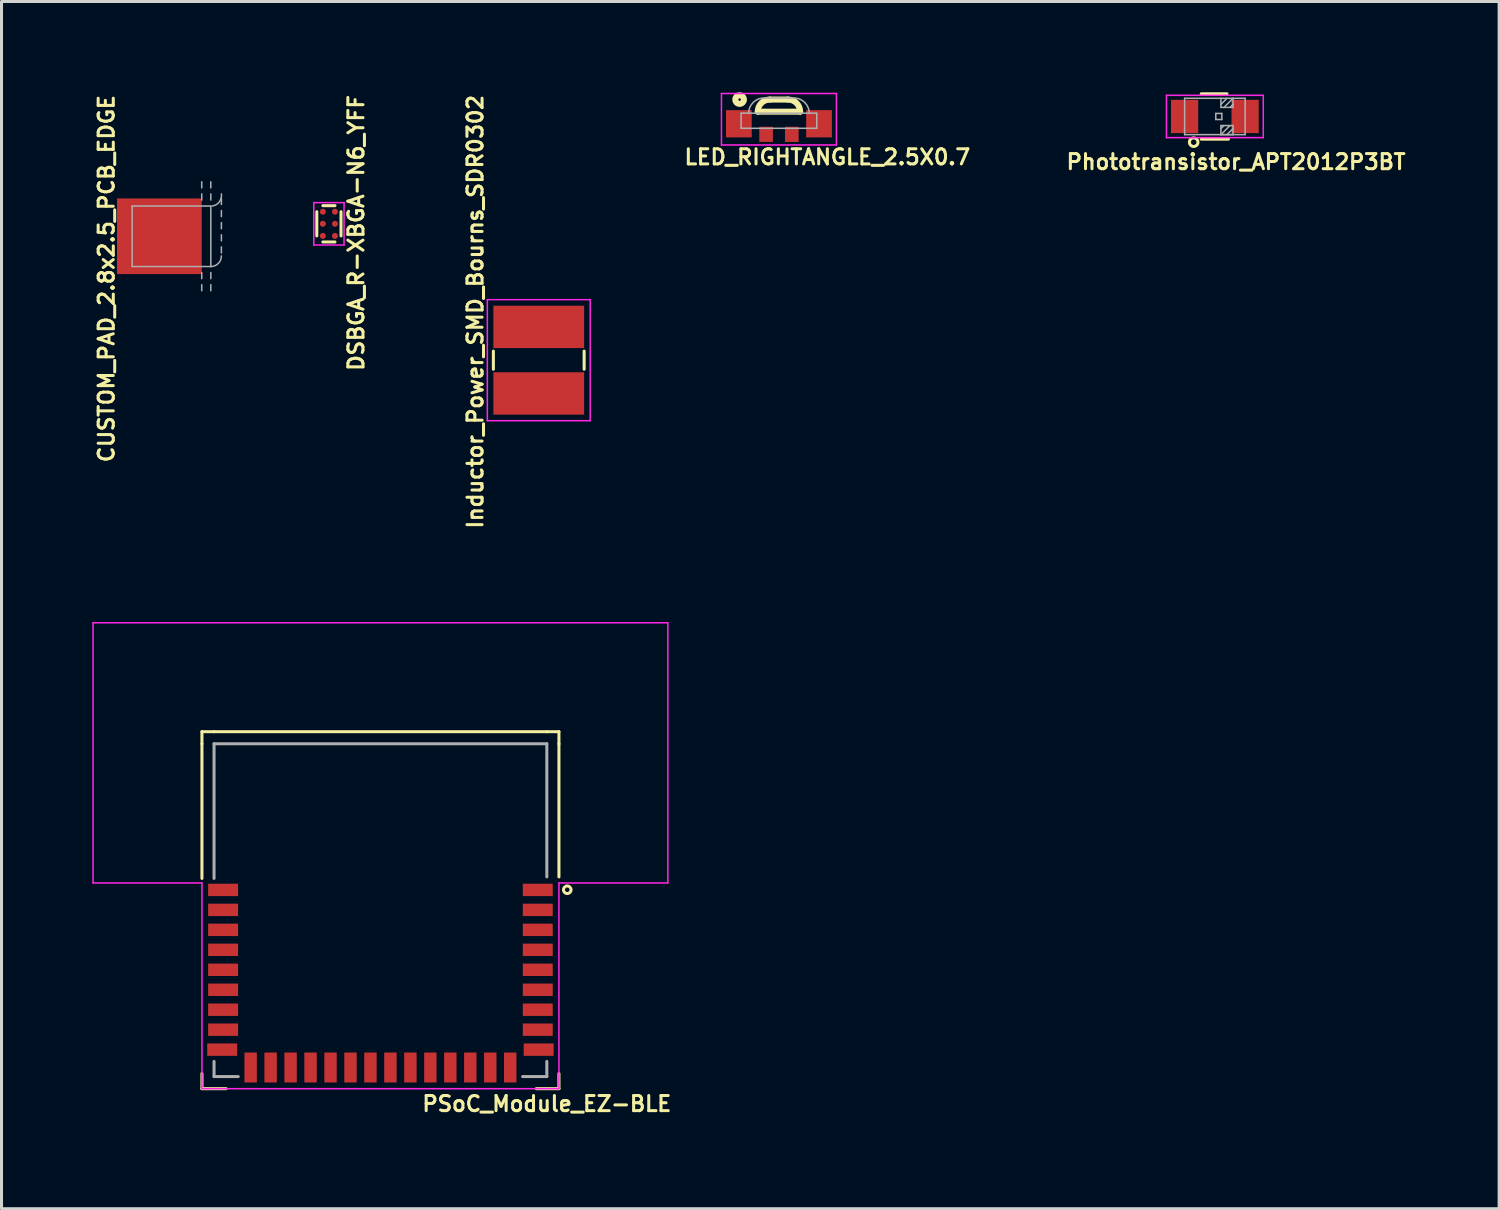
<source format=kicad_pcb>
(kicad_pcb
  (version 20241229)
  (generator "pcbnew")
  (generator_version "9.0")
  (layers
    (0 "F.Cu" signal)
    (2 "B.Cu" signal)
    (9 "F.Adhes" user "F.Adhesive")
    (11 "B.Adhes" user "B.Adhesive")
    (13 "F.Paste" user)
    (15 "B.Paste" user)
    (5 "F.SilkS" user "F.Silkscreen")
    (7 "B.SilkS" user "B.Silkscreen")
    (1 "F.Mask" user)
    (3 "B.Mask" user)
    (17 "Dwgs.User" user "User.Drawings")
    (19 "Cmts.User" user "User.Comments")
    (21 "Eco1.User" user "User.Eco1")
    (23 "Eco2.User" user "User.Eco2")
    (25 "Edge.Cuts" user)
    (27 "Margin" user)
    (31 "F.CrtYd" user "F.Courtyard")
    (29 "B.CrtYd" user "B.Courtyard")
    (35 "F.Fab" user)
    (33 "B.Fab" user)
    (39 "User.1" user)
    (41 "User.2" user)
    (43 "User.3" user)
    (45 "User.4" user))
  (footprint "Phototransistor_APT2012P3BT"
    (layer "F.Cu")
    (at 37.106 0.8)
    (property "Reference" "Phototransistor_APT2012P3BT" (at 0.7 1.5 180) (layer "F.SilkS") (effects (font (size 0.5 0.5) (thickness 0.1))))
    (attr through_hole)
    (fp_line (start -0.45 -0.75) (end 0.4 -0.75) (stroke (width 0.1) (type solid)) (layer "F.SilkS"))
    (fp_line (start -0.45 0.75) (end 0.45 0.75) (stroke (width 0.1) (type solid)) (layer "F.SilkS"))
    (fp_circle (center -0.7 0.85) (end -0.6 0.95) (stroke (width 0.1) (type solid)) (fill no) (layer "F.SilkS"))
    (fp_line (start -1.6 -0.7) (end 1.6 -0.7) (stroke (width 0.05) (type solid)) (layer "F.CrtYd"))
    (fp_line (start -1.6 0.7) (end -1.6 -0.7) (stroke (width 0.05) (type solid)) (layer "F.CrtYd"))
    (fp_line (start 1.6 -0.7) (end 1.6 0.7) (stroke (width 0.05) (type solid)) (layer "F.CrtYd"))
    (fp_line (start 1.6 0.7) (end -1.6 0.7) (stroke (width 0.05) (type solid)) (layer "F.CrtYd"))
    (fp_line (start -1 -0.6) (end -1 0.6) (stroke (width 0.05) (type solid)) (layer "F.Fab"))
    (fp_line (start -1 0.6) (end 1 0.6) (stroke (width 0.05) (type solid)) (layer "F.Fab"))
    (fp_line (start 0.03 -0.1) (end 0.23 -0.1) (stroke (width 0.05) (type solid)) (layer "F.Fab"))
    (fp_line (start 0.03 0.1) (end 0.03 -0.1) (stroke (width 0.05) (type solid)) (layer "F.Fab"))
    (fp_line (start 0.2 -0.6) (end 0.2 -0.3) (stroke (width 0.05) (type solid)) (layer "F.Fab"))
    (fp_line (start 0.2 -0.4) (end 0.4 -0.6) (stroke (width 0.05) (type solid)) (layer "F.Fab"))
    (fp_line (start 0.2 -0.3) (end 0.6 -0.3) (stroke (width 0.05) (type solid)) (layer "F.Fab"))
    (fp_line (start 0.2 0.3) (end 0.2 0.6) (stroke (width 0.05) (type solid)) (layer "F.Fab"))
    (fp_line (start 0.2 0.4) (end 0.3 0.3) (stroke (width 0.05) (type solid)) (layer "F.Fab"))
    (fp_line (start 0.2 0.6) (end 0.5 0.3) (stroke (width 0.05) (type solid)) (layer "F.Fab"))
    (fp_line (start 0.2 0.6) (end 0.6 0.6) (stroke (width 0.05) (type solid)) (layer "F.Fab"))
    (fp_line (start 0.23 -0.1) (end 0.23 0.1) (stroke (width 0.05) (type solid)) (layer "F.Fab"))
    (fp_line (start 0.23 0.1) (end 0.03 0.1) (stroke (width 0.05) (type solid)) (layer "F.Fab"))
    (fp_line (start 0.3 -0.3) (end 0.6 -0.6) (stroke (width 0.05) (type solid)) (layer "F.Fab"))
    (fp_line (start 0.4 0.6) (end 0.6 0.4) (stroke (width 0.05) (type solid)) (layer "F.Fab"))
    (fp_line (start 0.5 -0.3) (end 0.6 -0.4) (stroke (width 0.05) (type solid)) (layer "F.Fab"))
    (fp_line (start 0.6 -0.3) (end 0.6 -0.6) (stroke (width 0.05) (type solid)) (layer "F.Fab"))
    (fp_line (start 0.6 0.3) (end 0.2 0.3) (stroke (width 0.05) (type solid)) (layer "F.Fab"))
    (fp_line (start 0.6 0.6) (end 0.6 0.3) (stroke (width 0.05) (type solid)) (layer "F.Fab"))
    (fp_line (start 1 -0.6) (end -1 -0.6) (stroke (width 0.05) (type solid)) (layer "F.Fab"))
    (fp_line (start 1 0.6) (end 1 -0.6) (stroke (width 0.05) (type solid)) (layer "F.Fab"))
    (pad "1" smd rect (at -1 0) (size 0.9 1.1) (layers "F.Cu" "F.Mask" "F.Paste"))
    (pad "2" smd rect (at 1 0) (size 0.9 1.1) (layers "F.Cu" "F.Mask" "F.Paste")))
  (footprint "Inductor_Power_SMD_Bourns_SDR0302"
    (layer "F.Cu")
    (at 14.758 8.855)
    (property "Reference" "Inductor_Power_SMD_Bourns_SDR0302" (at -2.1 -1.6 90) (layer "F.SilkS") (effects (font (size 0.5 0.5) (thickness 0.1))))
    (attr through_hole)
    (fp_line (start -1.5 -0.3) (end -1.5 0.3) (stroke (width 0.1) (type solid)) (layer "F.SilkS"))
    (fp_line (start 1.5 -0.3) (end 1.5 0.3) (stroke (width 0.1) (type solid)) (layer "F.SilkS"))
    (fp_line (start -1.7 -2) (end 1.7 -2) (stroke (width 0.05) (type solid)) (layer "F.CrtYd"))
    (fp_line (start -1.7 2) (end -1.7 -2) (stroke (width 0.05) (type solid)) (layer "F.CrtYd"))
    (fp_line (start 1.7 -2) (end 1.7 2) (stroke (width 0.05) (type solid)) (layer "F.CrtYd"))
    (fp_line (start 1.7 2) (end -1.7 2) (stroke (width 0.05) (type solid)) (layer "F.CrtYd"))
    (pad "1" smd rect (at 0 -1.1) (size 3 1.4) (layers "F.Cu" "F.Mask" "F.Paste"))
    (pad "2" smd rect (at 0 1.1) (size 3 1.4) (layers "F.Cu" "F.Mask" "F.Paste")))
  (footprint "CUSTOM_PAD_2.8x2.5_PCB_EDGE"
    (layer "F.Cu")
    (at 2.318 4.76)
    (property "Reference" "CUSTOM_PAD_2.8x2.5_PCB_EDGE" (at -1.85 1.4 270) (layer "F.SilkS") (effects (font (size 0.5 0.5) (thickness 0.1))))
    (attr through_hole)
    (fp_line (start -1 -1) (end 1.6 -1) (stroke (width 0.05) (type solid)) (layer "F.Fab"))
    (fp_line (start -1 1) (end -1 -1) (stroke (width 0.05) (type solid)) (layer "F.Fab"))
    (fp_line (start 1.3 -1.6) (end 1.3 -1.8) (stroke (width 0.05) (type solid)) (layer "F.Fab"))
    (fp_line (start 1.3 -1.2) (end 1.3 -1.4) (stroke (width 0.05) (type solid)) (layer "F.Fab"))
    (fp_line (start 1.3 1.4) (end 1.3 1.2) (stroke (width 0.05) (type solid)) (layer "F.Fab"))
    (fp_line (start 1.3 1.8) (end 1.3 1.6) (stroke (width 0.05) (type solid)) (layer "F.Fab"))
    (fp_line (start 1.6 -1.6) (end 1.6 -1.8) (stroke (width 0.05) (type solid)) (layer "F.Fab"))
    (fp_line (start 1.6 -1.2) (end 1.6 -1.4) (stroke (width 0.05) (type solid)) (layer "F.Fab"))
    (fp_line (start 1.6 -1) (end 1.6 1) (stroke (width 0.05) (type solid)) (layer "F.Fab"))
    (fp_line (start 1.6 1) (end -1 1) (stroke (width 0.05) (type solid)) (layer "F.Fab"))
    (fp_line (start 1.6 1.4) (end 1.6 1.2) (stroke (width 0.05) (type solid)) (layer "F.Fab"))
    (fp_line (start 1.6 1.8) (end 1.6 1.6) (stroke (width 0.05) (type solid)) (layer "F.Fab"))
    (fp_line (start 1.95 -1.05) (end 1.95 -1.25) (stroke (width 0.05) (type solid)) (layer "F.Fab"))
    (fp_line (start 1.95 -0.65) (end 1.95 -0.85) (stroke (width 0.05) (type solid)) (layer "F.Fab"))
    (fp_line (start 1.95 -0.25) (end 1.95 -0.45) (stroke (width 0.05) (type solid)) (layer "F.Fab"))
    (fp_line (start 1.95 0.15) (end 1.95 -0.05) (stroke (width 0.05) (type solid)) (layer "F.Fab"))
    (fp_line (start 1.95 0.55) (end 1.95 0.35) (stroke (width 0.05) (type solid)) (layer "F.Fab"))
    (fp_arc (start 1.95 -1.4) (mid 1.882843 -1.137868) (end 1.65 -1) (stroke (width 0.05) (type solid)) (layer "F.Fab"))
    (fp_arc (start 1.95 0.65) (mid 1.847487 0.897487) (end 1.6 1) (stroke (width 0.05) (type solid)) (layer "F.Fab"))
    (pad "1" smd rect (at -0.1 0) (size 2.8 2.5) (layers "F.Cu" "F.Mask" "F.Paste")))
  (footprint "LED_RIGHTANGLE_2.5X0.7"
    (layer "F.Cu")
    (at 22.697 1.041)
    (property "Reference" "LED_RIGHTANGLE_2.5X0.7" (at 1.6 1.1 0) (layer "F.SilkS") (effects (font (size 0.5 0.5) (thickness 0.1))))
    (attr through_hole)
    (fp_line (start -0.7 -0.4) (end 0.7 -0.4) (stroke (width 0.2) (type solid)) (layer "F.SilkS"))
    (fp_line (start -0.3 -0.8) (end 0.3 -0.8) (stroke (width 0.2) (type solid)) (layer "F.SilkS"))
    (fp_arc (start -0.7 -0.4) (mid -0.582843 -0.682843) (end -0.3 -0.8) (stroke (width 0.2) (type solid)) (layer "F.SilkS"))
    (fp_arc (start 0.3 -0.8) (mid 0.582843 -0.682843) (end 0.7 -0.4) (stroke (width 0.2) (type solid)) (layer "F.SilkS"))
    (fp_circle (center -1.3 -0.8) (end -1.2 -0.7) (stroke (width 0.2) (type solid)) (fill no) (layer "F.SilkS"))
    (fp_line (start -1.9 -1) (end 1.9 -1) (stroke (width 0.05) (type solid)) (layer "F.CrtYd"))
    (fp_line (start -1.9 0.7) (end -1.9 -1) (stroke (width 0.05) (type solid)) (layer "F.CrtYd"))
    (fp_line (start 1.9 -1) (end 1.9 0.7) (stroke (width 0.05) (type solid)) (layer "F.CrtYd"))
    (fp_line (start 1.9 0.7) (end -1.9 0.7) (stroke (width 0.05) (type solid)) (layer "F.CrtYd"))
    (fp_line (start -1.25 -0.35) (end -1.25 0.15) (stroke (width 0.05) (type solid)) (layer "F.Fab"))
    (fp_line (start -1.25 0.15) (end 1.25 0.15) (stroke (width 0.05) (type solid)) (layer "F.Fab"))
    (fp_line (start -0.5 -0.85) (end 0.5 -0.85) (stroke (width 0.05) (type solid)) (layer "F.Fab"))
    (fp_line (start 1.25 -0.35) (end -1.25 -0.35) (stroke (width 0.05) (type solid)) (layer "F.Fab"))
    (fp_line (start 1.25 -0.35) (end 1.25 0.15) (stroke (width 0.05) (type solid)) (layer "F.Fab"))
    (fp_arc (start -1 -0.35) (mid -0.853553 -0.703553) (end -0.5 -0.85) (stroke (width 0.05) (type solid)) (layer "F.Fab"))
    (fp_arc (start 0.5 -0.85) (mid 0.853553 -0.703553) (end 1 -0.35) (stroke (width 0.05) (type solid)) (layer "F.Fab"))
    (pad "1" smd rect (at -1.325 0) (size 0.85 0.9) (layers "F.Cu" "F.Mask" "F.Paste"))
    (pad "2" smd rect (at -0.425 0.35) (size 0.45 0.5) (layers "F.Cu" "F.Mask" "F.Paste"))
    (pad "3" smd rect (at 0.425 0.35) (size 0.45 0.5) (layers "F.Cu" "F.Mask" "F.Paste"))
    (pad "4" smd rect (at 1.325 0) (size 0.85 0.9) (layers "F.Cu" "F.Mask" "F.Paste")))
  (footprint "DSBGA_R-XBGA-N6_YFF"
    (layer "F.Cu")
    (at 7.822 4.348)
    (property "Reference" "DSBGA_R-XBGA-N6_YFF" (at 0.9 0.3 270) (layer "F.SilkS") (effects (font (size 0.5 0.5) (thickness 0.1))))
    (attr through_hole)
    (fp_line (start -0.4 -0.4) (end -0.4 0.4) (stroke (width 0.1) (type solid)) (layer "F.SilkS"))
    (fp_line (start -0.2 -0.6) (end 0.2 -0.6) (stroke (width 0.1) (type solid)) (layer "F.SilkS"))
    (fp_line (start -0.2 0.6) (end 0.2 0.6) (stroke (width 0.1) (type solid)) (layer "F.SilkS"))
    (fp_line (start 0.4 -0.4) (end 0.4 0.4) (stroke (width 0.1) (type solid)) (layer "F.SilkS"))
    (fp_line (start -0.5 -0.7) (end -0.5 0.7) (stroke (width 0.05) (type solid)) (layer "F.CrtYd"))
    (fp_line (start -0.5 -0.7) (end 0.5 -0.7) (stroke (width 0.05) (type solid)) (layer "F.CrtYd"))
    (fp_line (start -0.5 0.7) (end 0.5 0.7) (stroke (width 0.05) (type solid)) (layer "F.CrtYd"))
    (fp_line (start 0.5 -0.7) (end 0.5 0.7) (stroke (width 0.05) (type solid)) (layer "F.CrtYd"))
    (pad "A1" smd circle (at 0.2 0.4) (size 0.2 0.2) (layers "F.Cu" "F.Mask" "F.Paste"))
    (pad "A2" smd circle (at -0.2 0.4) (size 0.2 0.2) (layers "F.Cu" "F.Mask" "F.Paste"))
    (pad "B1" smd circle (at 0.2 0) (size 0.2 0.2) (layers "F.Cu" "F.Mask" "F.Paste"))
    (pad "B2" smd circle (at -0.2 0) (size 0.2 0.2) (layers "F.Cu" "F.Mask" "F.Paste"))
    (pad "C1" smd circle (at 0.2 -0.4) (size 0.2 0.2) (layers "F.Cu" "F.Mask" "F.Paste"))
    (pad "C2" smd circle (at -0.2 -0.4) (size 0.2 0.2) (layers "F.Cu" "F.Mask" "F.Paste")))
  (footprint "PSoC_Module_EZ-BLE"
    (layer "F.Cu")
    (at 15.025 21.535)
    (property "Reference" "PSoC_Module_EZ-BLE" (at 0 11.9 0) (layer "F.SilkS") (effects (font (size 0.5 0.5) (thickness 0.1))))
    (attr through_hole)
    (fp_line (start -11.4 -0.4) (end -11 -0.4) (stroke (width 0.1) (type solid)) (layer "F.SilkS"))
    (fp_line (start -11.4 0) (end -11.4 -0.4) (stroke (width 0.1) (type solid)) (layer "F.SilkS"))
    (fp_line (start -11.4 0) (end -11.4 4.45) (stroke (width 0.1) (type solid)) (layer "F.SilkS"))
    (fp_line (start -11.4 11.4) (end -11.4 10.9) (stroke (width 0.1) (type solid)) (layer "F.SilkS"))
    (fp_line (start -11.4 11.4) (end -10.6 11.4) (stroke (width 0.1) (type solid)) (layer "F.SilkS"))
    (fp_line (start -11 -0.4) (end 0 -0.4) (stroke (width 0.1) (type solid)) (layer "F.SilkS"))
    (fp_line (start 0 -0.4) (end 0.4 -0.4) (stroke (width 0.1) (type solid)) (layer "F.SilkS"))
    (fp_line (start 0.4 -0.4) (end 0.4 0) (stroke (width 0.1) (type solid)) (layer "F.SilkS"))
    (fp_line (start 0.4 0) (end 0.4 4.4) (stroke (width 0.1) (type solid)) (layer "F.SilkS"))
    (fp_line (start 0.4 11.4) (end -0.35 11.4) (stroke (width 0.1) (type solid)) (layer "F.SilkS"))
    (fp_line (start 0.4 11.4) (end 0.4 10.9) (stroke (width 0.1) (type solid)) (layer "F.SilkS"))
    (fp_circle (center 0.675 4.825) (end 0.775 4.9) (stroke (width 0.1) (type solid)) (fill no) (layer "F.SilkS"))
    (fp_line (start -15 -4) (end 4 -4) (stroke (width 0.05) (type solid)) (layer "F.CrtYd"))
    (fp_line (start -15 4.6) (end -15 -4) (stroke (width 0.05) (type solid)) (layer "F.CrtYd"))
    (fp_line (start -15 4.6) (end -11.4 4.6) (stroke (width 0.05) (type solid)) (layer "F.CrtYd"))
    (fp_line (start -11.4 4.6) (end -11.4 11.3) (stroke (width 0.05) (type solid)) (layer "F.CrtYd"))
    (fp_line (start -11.4 11.3) (end -11.4 11.4) (stroke (width 0.05) (type solid)) (layer "F.CrtYd"))
    (fp_line (start -11.4 11.4) (end 0.4 11.4) (stroke (width 0.05) (type solid)) (layer "F.CrtYd"))
    (fp_line (start 0.4 4.6) (end 4 4.6) (stroke (width 0.05) (type solid)) (layer "F.CrtYd"))
    (fp_line (start 0.4 11.4) (end 0.4 4.6) (stroke (width 0.05) (type solid)) (layer "F.CrtYd"))
    (fp_line (start 4 4.6) (end 4 -4) (stroke (width 0.05) (type solid)) (layer "F.CrtYd"))
    (fp_line (start -11 0) (end -11 4.45) (stroke (width 0.1) (type solid)) (layer "F.Fab"))
    (fp_line (start -11 0) (end 0 0) (stroke (width 0.1) (type solid)) (layer "F.Fab"))
    (fp_line (start -11 10.5) (end -11 11) (stroke (width 0.1) (type solid)) (layer "F.Fab"))
    (fp_line (start -11 11) (end -10.2 11) (stroke (width 0.1) (type solid)) (layer "F.Fab"))
    (fp_line (start -0.8 11) (end 0 11) (stroke (width 0.1) (type solid)) (layer "F.Fab"))
    (fp_line (start 0 0) (end 0 4.4) (stroke (width 0.1) (type solid)) (layer "F.Fab"))
    (fp_line (start 0 11) (end 0 10.5) (stroke (width 0.1) (type solid)) (layer "F.Fab"))
    (pad "1" smd rect (at -0.3 4.83) (size 0.99 0.41) (layers "F.Cu" "F.Mask" "F.Paste"))
    (pad "2" smd rect (at -0.3 5.49) (size 0.99 0.41) (layers "F.Cu" "F.Mask" "F.Paste"))
    (pad "3" smd rect (at -0.3 6.15) (size 0.99 0.41) (layers "F.Cu" "F.Mask" "F.Paste"))
    (pad "4" smd rect (at -0.3 6.81) (size 0.99 0.41) (layers "F.Cu" "F.Mask" "F.Paste"))
    (pad "5" smd rect (at -0.3 7.47) (size 0.99 0.41) (layers "F.Cu" "F.Mask" "F.Paste"))
    (pad "6" smd rect (at -0.3 8.13) (size 0.99 0.41) (layers "F.Cu" "F.Mask" "F.Paste"))
    (pad "7" smd rect (at -0.3 8.79) (size 0.99 0.41) (layers "F.Cu" "F.Mask" "F.Paste"))
    (pad "8" smd rect (at -0.3 9.45) (size 0.99 0.41) (layers "F.Cu" "F.Mask" "F.Paste"))
    (pad "9" smd rect (at -0.27 10.11) (size 0.99 0.41) (layers "F.Cu" "F.Mask" "F.Paste"))
    (pad "10" smd rect (at -1.21 10.7 90) (size 0.99 0.41) (layers "F.Cu" "F.Mask" "F.Paste"))
    (pad "11" smd rect (at -1.87 10.7 90) (size 0.99 0.41) (layers "F.Cu" "F.Mask" "F.Paste"))
    (pad "12" smd rect (at -2.53 10.7 90) (size 0.99 0.41) (layers "F.Cu" "F.Mask" "F.Paste"))
    (pad "13" smd rect (at -3.19 10.7 90) (size 0.99 0.41) (layers "F.Cu" "F.Mask" "F.Paste"))
    (pad "14" smd rect (at -3.85 10.7 90) (size 0.99 0.41) (layers "F.Cu" "F.Mask" "F.Paste"))
    (pad "15" smd rect (at -4.51 10.7 90) (size 0.99 0.41) (layers "F.Cu" "F.Mask" "F.Paste"))
    (pad "16" smd rect (at -5.17 10.7 90) (size 0.99 0.41) (layers "F.Cu" "F.Mask" "F.Paste"))
    (pad "17" smd rect (at -5.83 10.7 90) (size 0.99 0.41) (layers "F.Cu" "F.Mask" "F.Paste"))
    (pad "18" smd rect (at -6.49 10.7 90) (size 0.99 0.41) (layers "F.Cu" "F.Mask" "F.Paste"))
    (pad "19" smd rect (at -7.15 10.7 90) (size 0.99 0.41) (layers "F.Cu" "F.Mask" "F.Paste"))
    (pad "20" smd rect (at -7.81 10.7 90) (size 0.99 0.41) (layers "F.Cu" "F.Mask" "F.Paste"))
    (pad "21" smd rect (at -8.47 10.7 90) (size 0.99 0.41) (layers "F.Cu" "F.Mask" "F.Paste"))
    (pad "22" smd rect (at -9.13 10.7 90) (size 0.99 0.41) (layers "F.Cu" "F.Mask" "F.Paste"))
    (pad "23" smd rect (at -9.79 10.7 90) (size 0.99 0.41) (layers "F.Cu" "F.Mask" "F.Paste"))
    (pad "24" smd rect (at -10.73 10.11) (size 0.99 0.41) (layers "F.Cu" "F.Mask" "F.Paste"))
    (pad "25" smd rect (at -10.7 9.45) (size 0.99 0.41) (layers "F.Cu" "F.Mask" "F.Paste"))
    (pad "26" smd rect (at -10.7 8.79) (size 0.99 0.41) (layers "F.Cu" "F.Mask" "F.Paste"))
    (pad "27" smd rect (at -10.7 8.13) (size 0.99 0.41) (layers "F.Cu" "F.Mask" "F.Paste"))
    (pad "28" smd rect (at -10.7 7.47) (size 0.99 0.41) (layers "F.Cu" "F.Mask" "F.Paste"))
    (pad "29" smd rect (at -10.7 6.81) (size 0.99 0.41) (layers "F.Cu" "F.Mask" "F.Paste"))
    (pad "30" smd rect (at -10.7 6.15) (size 0.99 0.41) (layers "F.Cu" "F.Mask" "F.Paste"))
    (pad "31" smd rect (at -10.7 5.49) (size 0.99 0.41) (layers "F.Cu" "F.Mask" "F.Paste"))
    (pad "32" smd rect (at -10.7 4.83) (size 0.99 0.41) (layers "F.Cu" "F.Mask" "F.Paste")))
  (gr_rect
    (start -3 -3)
    (end 46.502 36.903)
    (stroke (width 0.1) (type default))
    (fill no)
    (layer "Edge.Cuts")))
</source>
